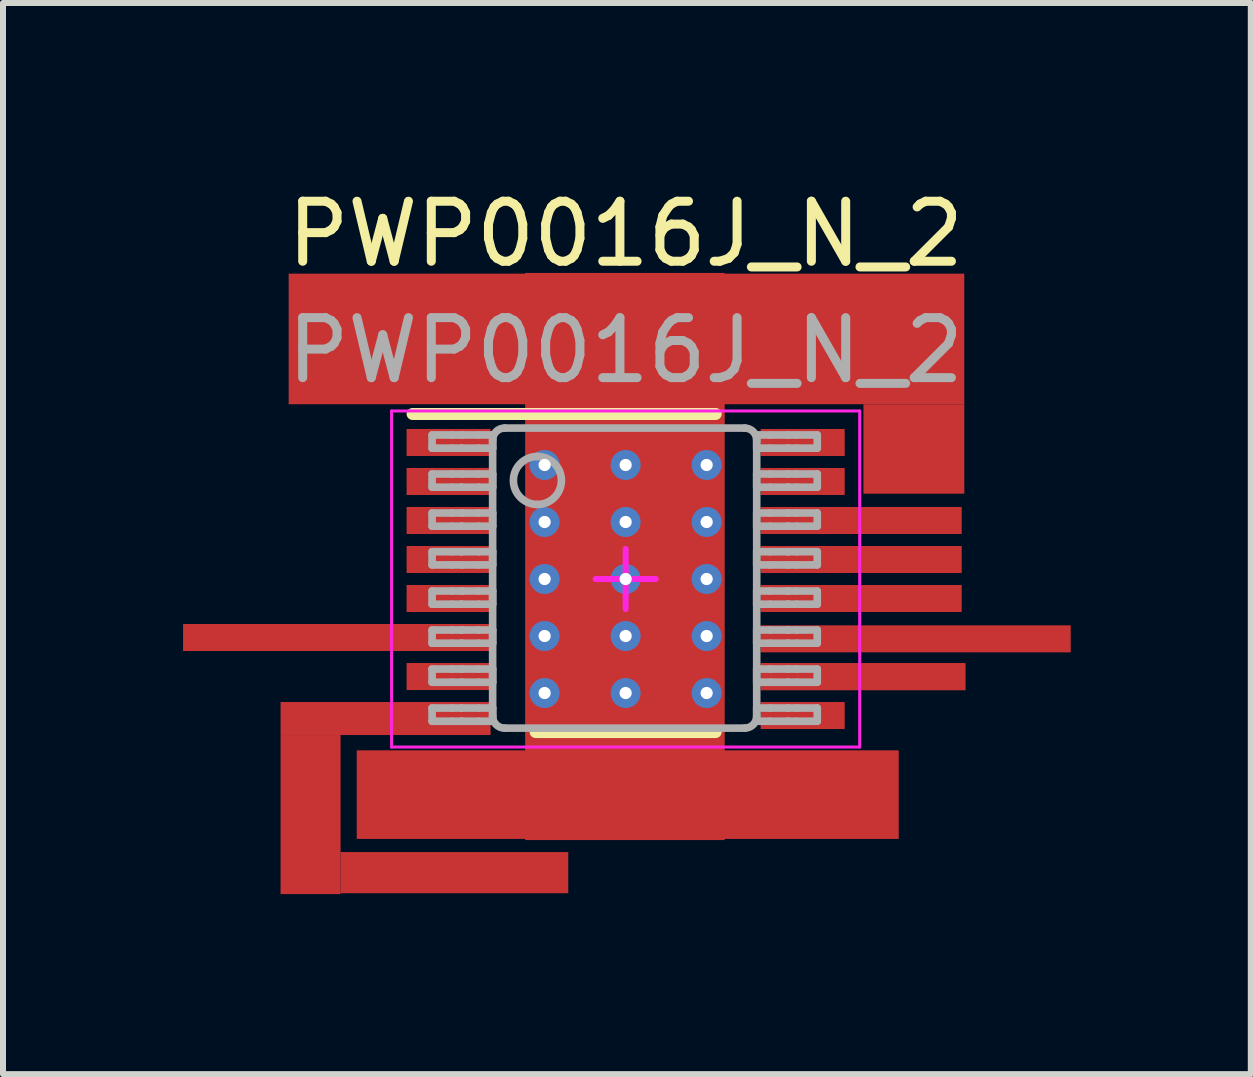
<source format=kicad_pcb>
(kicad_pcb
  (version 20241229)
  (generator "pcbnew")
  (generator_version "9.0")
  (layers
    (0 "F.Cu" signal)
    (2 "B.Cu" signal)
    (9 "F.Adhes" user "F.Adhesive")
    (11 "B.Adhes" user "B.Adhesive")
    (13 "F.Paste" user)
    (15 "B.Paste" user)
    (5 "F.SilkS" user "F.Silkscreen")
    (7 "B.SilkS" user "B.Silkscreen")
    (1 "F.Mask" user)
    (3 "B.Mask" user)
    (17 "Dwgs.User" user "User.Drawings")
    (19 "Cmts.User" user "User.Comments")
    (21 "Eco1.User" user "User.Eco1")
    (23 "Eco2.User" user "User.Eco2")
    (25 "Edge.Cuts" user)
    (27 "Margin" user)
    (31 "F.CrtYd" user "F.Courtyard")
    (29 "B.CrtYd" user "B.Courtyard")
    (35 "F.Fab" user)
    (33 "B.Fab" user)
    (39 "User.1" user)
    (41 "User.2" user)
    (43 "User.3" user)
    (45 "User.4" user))
  (footprint "PWP0016J_N_2"
    (layer "F.Cu")
    (at 7.375 6.598)
    (property "Reference" "PWP0016J_N_2" (at 0 -5.75 0) (unlocked yes) (layer "F.SilkS") (effects (font (size 1 1) (thickness 0.15))))
    (attr smd)
    (fp_poly (pts (xy -1.23 1.726) (xy -1.23 -1.726) (xy -1.229 -1.735) (xy -1.226 -1.745) (xy -1.222 -1.753) (xy -1.216 -1.761) (xy -1.208 -1.767) (xy -1.2 -1.771) (xy -1.19 -1.774) (xy -1.181 -1.775) (xy 1.181 -1.775) (xy 1.19 -1.774) (xy 1.2 -1.771) (xy 1.208 -1.767) (xy 1.216 -1.761) (xy 1.222 -1.753) (xy 1.226 -1.745) (xy 1.229 -1.735) (xy 1.23 -1.726) (xy 1.23 1.726) (xy 1.229 1.735) (xy 1.226 1.745) (xy 1.222 1.753) (xy 1.216 1.761) (xy 1.208 1.767) (xy 1.2 1.771) (xy 1.19 1.774) (xy 1.181 1.775) (xy -1.181 1.775) (xy -1.19 1.774) (xy -1.2 1.771) (xy -1.208 1.767) (xy -1.216 1.761) (xy -1.222 1.753) (xy -1.226 1.745) (xy -1.229 1.735)) (stroke (width 0) (type solid)) (fill yes) (layer "F.Mask"))
    (fp_line (start -3.55 -2.75) (end 1.5 -2.75) (stroke (width 0.2) (type solid)) (layer "F.SilkS"))
    (fp_line (start -1.5 2.55) (end 1.5 2.55) (stroke (width 0.2) (type solid)) (layer "F.SilkS"))
    (fp_poly (pts (xy -1.23 1.726) (xy -1.23 -1.726) (xy -1.229 -1.735) (xy -1.226 -1.745) (xy -1.222 -1.753) (xy -1.216 -1.761) (xy -1.208 -1.767) (xy -1.2 -1.771) (xy -1.19 -1.774) (xy -1.181 -1.775) (xy 1.181 -1.775) (xy 1.19 -1.774) (xy 1.2 -1.771) (xy 1.208 -1.767) (xy 1.216 -1.761) (xy 1.222 -1.753) (xy 1.226 -1.745) (xy 1.229 -1.735) (xy 1.23 -1.726) (xy 1.23 1.726) (xy 1.229 1.735) (xy 1.226 1.745) (xy 1.222 1.753) (xy 1.216 1.761) (xy 1.208 1.767) (xy 1.2 1.771) (xy 1.19 1.774) (xy 1.181 1.775) (xy -1.181 1.775) (xy -1.19 1.774) (xy -1.2 1.771) (xy -1.208 1.767) (xy -1.216 1.761) (xy -1.222 1.753) (xy -1.226 1.745) (xy -1.229 1.735)) (stroke (width 0) (type solid)) (fill yes) (layer "F.Paste"))
    (fp_line (start -3.9 -2.8) (end 3.9 -2.8) (stroke (width 0.05) (type solid)) (layer "F.CrtYd"))
    (fp_line (start -3.9 2.8) (end -3.9 -2.8) (stroke (width 0.05) (type solid)) (layer "F.CrtYd"))
    (fp_line (start -3.9 2.8) (end 3.9 2.8) (stroke (width 0.05) (type solid)) (layer "F.CrtYd"))
    (fp_line (start -0.5 0) (end 0.5 0) (stroke (width 0.1) (type solid)) (layer "F.CrtYd"))
    (fp_line (start -0.000003 0.5) (end -0.000003 -0.5) (stroke (width 0.1) (type solid)) (layer "F.CrtYd"))
    (fp_line (start 3.9 2.8) (end 3.9 -2.8) (stroke (width 0.05) (type solid)) (layer "F.CrtYd"))
    (fp_line (start -3.225 -2.4) (end -2.887 -2.4) (stroke (width 0.127) (type solid)) (layer "F.Fab"))
    (fp_line (start -3.225 -2.18) (end -3.225 -2.4) (stroke (width 0.127) (type solid)) (layer "F.Fab"))
    (fp_line (start -3.225 -2.18) (end -2.887 -2.18) (stroke (width 0.127) (type solid)) (layer "F.Fab"))
    (fp_line (start -3.225 -1.75) (end -2.887 -1.75) (stroke (width 0.127) (type solid)) (layer "F.Fab"))
    (fp_line (start -3.225 -1.53) (end -3.225 -1.75) (stroke (width 0.127) (type solid)) (layer "F.Fab"))
    (fp_line (start -3.225 -1.53) (end -2.887 -1.53) (stroke (width 0.127) (type solid)) (layer "F.Fab"))
    (fp_line (start -3.225 -1.1) (end -2.887 -1.1) (stroke (width 0.127) (type solid)) (layer "F.Fab"))
    (fp_line (start -3.225 -0.88) (end -3.225 -1.1) (stroke (width 0.127) (type solid)) (layer "F.Fab"))
    (fp_line (start -3.225 -0.88) (end -2.887 -0.88) (stroke (width 0.127) (type solid)) (layer "F.Fab"))
    (fp_line (start -3.225 -0.455) (end -2.887 -0.455) (stroke (width 0.127) (type solid)) (layer "F.Fab"))
    (fp_line (start -3.225 -0.235) (end -3.225 -0.455) (stroke (width 0.127) (type solid)) (layer "F.Fab"))
    (fp_line (start -3.225 -0.235) (end -2.887 -0.235) (stroke (width 0.127) (type solid)) (layer "F.Fab"))
    (fp_line (start -3.225 0.2) (end -2.887 0.2) (stroke (width 0.127) (type solid)) (layer "F.Fab"))
    (fp_line (start -3.225 0.42) (end -3.225 0.2) (stroke (width 0.127) (type solid)) (layer "F.Fab"))
    (fp_line (start -3.225 0.42) (end -2.887 0.42) (stroke (width 0.127) (type solid)) (layer "F.Fab"))
    (fp_line (start -3.225 0.85) (end -2.887 0.85) (stroke (width 0.127) (type solid)) (layer "F.Fab"))
    (fp_line (start -3.225 1.07) (end -3.225 0.85) (stroke (width 0.127) (type solid)) (layer "F.Fab"))
    (fp_line (start -3.225 1.07) (end -2.887 1.07) (stroke (width 0.127) (type solid)) (layer "F.Fab"))
    (fp_line (start -3.225 1.5) (end -2.887 1.5) (stroke (width 0.127) (type solid)) (layer "F.Fab"))
    (fp_line (start -3.225 1.72) (end -3.225 1.5) (stroke (width 0.127) (type solid)) (layer "F.Fab"))
    (fp_line (start -3.225 1.72) (end -2.887 1.72) (stroke (width 0.127) (type solid)) (layer "F.Fab"))
    (fp_line (start -3.225 2.15) (end -2.887 2.15) (stroke (width 0.127) (type solid)) (layer "F.Fab"))
    (fp_line (start -3.225 2.37) (end -3.225 2.15) (stroke (width 0.127) (type solid)) (layer "F.Fab"))
    (fp_line (start -3.225 2.37) (end -2.887 2.37) (stroke (width 0.127) (type solid)) (layer "F.Fab"))
    (fp_line (start -2.887 -2.4) (end -2.739 -2.4) (stroke (width 0.127) (type solid)) (layer "F.Fab"))
    (fp_line (start -2.887 -2.18) (end -2.739 -2.18) (stroke (width 0.127) (type solid)) (layer "F.Fab"))
    (fp_line (start -2.887 -1.75) (end -2.739 -1.75) (stroke (width 0.127) (type solid)) (layer "F.Fab"))
    (fp_line (start -2.887 -1.53) (end -2.739 -1.53) (stroke (width 0.127) (type solid)) (layer "F.Fab"))
    (fp_line (start -2.887 -1.1) (end -2.739 -1.1) (stroke (width 0.127) (type solid)) (layer "F.Fab"))
    (fp_line (start -2.887 -0.88) (end -2.739 -0.88) (stroke (width 0.127) (type solid)) (layer "F.Fab"))
    (fp_line (start -2.887 -0.455) (end -2.739 -0.455) (stroke (width 0.127) (type solid)) (layer "F.Fab"))
    (fp_line (start -2.887 -0.235) (end -2.739 -0.235) (stroke (width 0.127) (type solid)) (layer "F.Fab"))
    (fp_line (start -2.887 0.2) (end -2.739 0.2) (stroke (width 0.127) (type solid)) (layer "F.Fab"))
    (fp_line (start -2.887 0.42) (end -2.739 0.42) (stroke (width 0.127) (type solid)) (layer "F.Fab"))
    (fp_line (start -2.887 0.85) (end -2.739 0.85) (stroke (width 0.127) (type solid)) (layer "F.Fab"))
    (fp_line (start -2.887 1.07) (end -2.739 1.07) (stroke (width 0.127) (type solid)) (layer "F.Fab"))
    (fp_line (start -2.887 1.5) (end -2.739 1.5) (stroke (width 0.127) (type solid)) (layer "F.Fab"))
    (fp_line (start -2.887 1.72) (end -2.739 1.72) (stroke (width 0.127) (type solid)) (layer "F.Fab"))
    (fp_line (start -2.887 2.15) (end -2.739 2.15) (stroke (width 0.127) (type solid)) (layer "F.Fab"))
    (fp_line (start -2.887 2.37) (end -2.739 2.37) (stroke (width 0.127) (type solid)) (layer "F.Fab"))
    (fp_line (start -2.739 -2.4) (end -2.73 -2.4) (stroke (width 0.127) (type solid)) (layer "F.Fab"))
    (fp_line (start -2.739 -2.18) (end -2.73 -2.18) (stroke (width 0.127) (type solid)) (layer "F.Fab"))
    (fp_line (start -2.739 -1.75) (end -2.73 -1.75) (stroke (width 0.127) (type solid)) (layer "F.Fab"))
    (fp_line (start -2.739 -1.53) (end -2.73 -1.53) (stroke (width 0.127) (type solid)) (layer "F.Fab"))
    (fp_line (start -2.739 -1.1) (end -2.73 -1.1) (stroke (width 0.127) (type solid)) (layer "F.Fab"))
    (fp_line (start -2.739 -0.88) (end -2.73 -0.88) (stroke (width 0.127) (type solid)) (layer "F.Fab"))
    (fp_line (start -2.739 -0.455) (end -2.73 -0.455) (stroke (width 0.127) (type solid)) (layer "F.Fab"))
    (fp_line (start -2.739 -0.235) (end -2.73 -0.235) (stroke (width 0.127) (type solid)) (layer "F.Fab"))
    (fp_line (start -2.739 0.2) (end -2.73 0.2) (stroke (width 0.127) (type solid)) (layer "F.Fab"))
    (fp_line (start -2.739 0.42) (end -2.73 0.42) (stroke (width 0.127) (type solid)) (layer "F.Fab"))
    (fp_line (start -2.739 0.85) (end -2.73 0.85) (stroke (width 0.127) (type solid)) (layer "F.Fab"))
    (fp_line (start -2.739 1.07) (end -2.73 1.07) (stroke (width 0.127) (type solid)) (layer "F.Fab"))
    (fp_line (start -2.739 1.5) (end -2.73 1.5) (stroke (width 0.127) (type solid)) (layer "F.Fab"))
    (fp_line (start -2.739 1.72) (end -2.73 1.72) (stroke (width 0.127) (type solid)) (layer "F.Fab"))
    (fp_line (start -2.739 2.15) (end -2.73 2.15) (stroke (width 0.127) (type solid)) (layer "F.Fab"))
    (fp_line (start -2.739 2.37) (end -2.73 2.37) (stroke (width 0.127) (type solid)) (layer "F.Fab"))
    (fp_line (start -2.73 -2.4) (end -2.446 -2.4) (stroke (width 0.127) (type solid)) (layer "F.Fab"))
    (fp_line (start -2.73 -2.18) (end -2.446 -2.18) (stroke (width 0.127) (type solid)) (layer "F.Fab"))
    (fp_line (start -2.73 -1.75) (end -2.446 -1.75) (stroke (width 0.127) (type solid)) (layer "F.Fab"))
    (fp_line (start -2.73 -1.53) (end -2.446 -1.53) (stroke (width 0.127) (type solid)) (layer "F.Fab"))
    (fp_line (start -2.73 -1.1) (end -2.446 -1.1) (stroke (width 0.127) (type solid)) (layer "F.Fab"))
    (fp_line (start -2.73 -0.88) (end -2.446 -0.88) (stroke (width 0.127) (type solid)) (layer "F.Fab"))
    (fp_line (start -2.73 -0.455) (end -2.446 -0.455) (stroke (width 0.127) (type solid)) (layer "F.Fab"))
    (fp_line (start -2.73 -0.235) (end -2.446 -0.235) (stroke (width 0.127) (type solid)) (layer "F.Fab"))
    (fp_line (start -2.73 0.2) (end -2.446 0.2) (stroke (width 0.127) (type solid)) (layer "F.Fab"))
    (fp_line (start -2.73 0.42) (end -2.446 0.42) (stroke (width 0.127) (type solid)) (layer "F.Fab"))
    (fp_line (start -2.73 0.85) (end -2.446 0.85) (stroke (width 0.127) (type solid)) (layer "F.Fab"))
    (fp_line (start -2.73 1.07) (end -2.446 1.07) (stroke (width 0.127) (type solid)) (layer "F.Fab"))
    (fp_line (start -2.73 1.5) (end -2.446 1.5) (stroke (width 0.127) (type solid)) (layer "F.Fab"))
    (fp_line (start -2.73 1.72) (end -2.446 1.72) (stroke (width 0.127) (type solid)) (layer "F.Fab"))
    (fp_line (start -2.73 2.15) (end -2.446 2.15) (stroke (width 0.127) (type solid)) (layer "F.Fab"))
    (fp_line (start -2.73 2.37) (end -2.446 2.37) (stroke (width 0.127) (type solid)) (layer "F.Fab"))
    (fp_line (start -2.446 -2.4) (end -2.216 -2.4) (stroke (width 0.127) (type solid)) (layer "F.Fab"))
    (fp_line (start -2.446 -2.18) (end -2.216 -2.18) (stroke (width 0.127) (type solid)) (layer "F.Fab"))
    (fp_line (start -2.446 -1.75) (end -2.216 -1.75) (stroke (width 0.127) (type solid)) (layer "F.Fab"))
    (fp_line (start -2.446 -1.53) (end -2.216 -1.53) (stroke (width 0.127) (type solid)) (layer "F.Fab"))
    (fp_line (start -2.446 -1.1) (end -2.216 -1.1) (stroke (width 0.127) (type solid)) (layer "F.Fab"))
    (fp_line (start -2.446 -0.88) (end -2.216 -0.88) (stroke (width 0.127) (type solid)) (layer "F.Fab"))
    (fp_line (start -2.446 -0.455) (end -2.216 -0.455) (stroke (width 0.127) (type solid)) (layer "F.Fab"))
    (fp_line (start -2.446 -0.235) (end -2.216 -0.235) (stroke (width 0.127) (type solid)) (layer "F.Fab"))
    (fp_line (start -2.446 0.2) (end -2.216 0.2) (stroke (width 0.127) (type solid)) (layer "F.Fab"))
    (fp_line (start -2.446 0.42) (end -2.216 0.42) (stroke (width 0.127) (type solid)) (layer "F.Fab"))
    (fp_line (start -2.446 0.85) (end -2.216 0.85) (stroke (width 0.127) (type solid)) (layer "F.Fab"))
    (fp_line (start -2.446 1.07) (end -2.216 1.07) (stroke (width 0.127) (type solid)) (layer "F.Fab"))
    (fp_line (start -2.446 1.5) (end -2.216 1.5) (stroke (width 0.127) (type solid)) (layer "F.Fab"))
    (fp_line (start -2.446 1.72) (end -2.216 1.72) (stroke (width 0.127) (type solid)) (layer "F.Fab"))
    (fp_line (start -2.446 2.15) (end -2.216 2.15) (stroke (width 0.127) (type solid)) (layer "F.Fab"))
    (fp_line (start -2.446 2.37) (end -2.216 2.37) (stroke (width 0.127) (type solid)) (layer "F.Fab"))
    (fp_line (start -2.216 -2.18) (end -2.216 -2.4) (stroke (width 0.127) (type solid)) (layer "F.Fab"))
    (fp_line (start -2.216 -1.53) (end -2.216 -1.75) (stroke (width 0.127) (type solid)) (layer "F.Fab"))
    (fp_line (start -2.216 -0.88) (end -2.216 -1.1) (stroke (width 0.127) (type solid)) (layer "F.Fab"))
    (fp_line (start -2.216 -0.235) (end -2.216 -0.455) (stroke (width 0.127) (type solid)) (layer "F.Fab"))
    (fp_line (start -2.216 0.42) (end -2.216 0.2) (stroke (width 0.127) (type solid)) (layer "F.Fab"))
    (fp_line (start -2.216 1.07) (end -2.216 0.85) (stroke (width 0.127) (type solid)) (layer "F.Fab"))
    (fp_line (start -2.216 1.72) (end -2.216 1.5) (stroke (width 0.127) (type solid)) (layer "F.Fab"))
    (fp_line (start -2.216 2.285) (end -2.216 -2.315) (stroke (width 0.127) (type solid)) (layer "F.Fab"))
    (fp_line (start -2.216 2.37) (end -2.216 2.15) (stroke (width 0.127) (type solid)) (layer "F.Fab"))
    (fp_line (start -2.016 -2.515) (end 1.984 -2.515) (stroke (width 0.127) (type solid)) (layer "F.Fab"))
    (fp_line (start -2.016 2.485) (end 1.984 2.485) (stroke (width 0.127) (type solid)) (layer "F.Fab"))
    (fp_line (start 2.184 -2.4) (end 2.413 -2.4) (stroke (width 0.127) (type solid)) (layer "F.Fab"))
    (fp_line (start 2.184 -2.18) (end 2.184 -2.4) (stroke (width 0.127) (type solid)) (layer "F.Fab"))
    (fp_line (start 2.184 -2.18) (end 2.413 -2.18) (stroke (width 0.127) (type solid)) (layer "F.Fab"))
    (fp_line (start 2.184 -1.75) (end 2.413 -1.75) (stroke (width 0.127) (type solid)) (layer "F.Fab"))
    (fp_line (start 2.184 -1.53) (end 2.184 -1.75) (stroke (width 0.127) (type solid)) (layer "F.Fab"))
    (fp_line (start 2.184 -1.53) (end 2.413 -1.53) (stroke (width 0.127) (type solid)) (layer "F.Fab"))
    (fp_line (start 2.184 -1.1) (end 2.413 -1.1) (stroke (width 0.127) (type solid)) (layer "F.Fab"))
    (fp_line (start 2.184 -0.88) (end 2.184 -1.1) (stroke (width 0.127) (type solid)) (layer "F.Fab"))
    (fp_line (start 2.184 -0.88) (end 2.413 -0.88) (stroke (width 0.127) (type solid)) (layer "F.Fab"))
    (fp_line (start 2.184 -0.455) (end 2.413 -0.455) (stroke (width 0.127) (type solid)) (layer "F.Fab"))
    (fp_line (start 2.184 -0.235) (end 2.184 -0.455) (stroke (width 0.127) (type solid)) (layer "F.Fab"))
    (fp_line (start 2.184 -0.235) (end 2.413 -0.235) (stroke (width 0.127) (type solid)) (layer "F.Fab"))
    (fp_line (start 2.184 0.2) (end 2.413 0.2) (stroke (width 0.127) (type solid)) (layer "F.Fab"))
    (fp_line (start 2.184 0.42) (end 2.184 0.2) (stroke (width 0.127) (type solid)) (layer "F.Fab"))
    (fp_line (start 2.184 0.42) (end 2.413 0.42) (stroke (width 0.127) (type solid)) (layer "F.Fab"))
    (fp_line (start 2.184 0.85) (end 2.413 0.85) (stroke (width 0.127) (type solid)) (layer "F.Fab"))
    (fp_line (start 2.184 1.07) (end 2.184 0.85) (stroke (width 0.127) (type solid)) (layer "F.Fab"))
    (fp_line (start 2.184 1.07) (end 2.413 1.07) (stroke (width 0.127) (type solid)) (layer "F.Fab"))
    (fp_line (start 2.184 1.5) (end 2.413 1.5) (stroke (width 0.127) (type solid)) (layer "F.Fab"))
    (fp_line (start 2.184 1.72) (end 2.184 1.5) (stroke (width 0.127) (type solid)) (layer "F.Fab"))
    (fp_line (start 2.184 1.72) (end 2.413 1.72) (stroke (width 0.127) (type solid)) (layer "F.Fab"))
    (fp_line (start 2.184 2.15) (end 2.413 2.15) (stroke (width 0.127) (type solid)) (layer "F.Fab"))
    (fp_line (start 2.184 2.285) (end 2.184 -2.315) (stroke (width 0.127) (type solid)) (layer "F.Fab"))
    (fp_line (start 2.184 2.37) (end 2.184 2.15) (stroke (width 0.127) (type solid)) (layer "F.Fab"))
    (fp_line (start 2.184 2.37) (end 2.413 2.37) (stroke (width 0.127) (type solid)) (layer "F.Fab"))
    (fp_line (start 2.413 -2.4) (end 2.698 -2.4) (stroke (width 0.127) (type solid)) (layer "F.Fab"))
    (fp_line (start 2.413 -2.18) (end 2.698 -2.18) (stroke (width 0.127) (type solid)) (layer "F.Fab"))
    (fp_line (start 2.413 -1.75) (end 2.698 -1.75) (stroke (width 0.127) (type solid)) (layer "F.Fab"))
    (fp_line (start 2.413 -1.53) (end 2.698 -1.53) (stroke (width 0.127) (type solid)) (layer "F.Fab"))
    (fp_line (start 2.413 -1.1) (end 2.698 -1.1) (stroke (width 0.127) (type solid)) (layer "F.Fab"))
    (fp_line (start 2.413 -0.88) (end 2.698 -0.88) (stroke (width 0.127) (type solid)) (layer "F.Fab"))
    (fp_line (start 2.413 -0.455) (end 2.698 -0.455) (stroke (width 0.127) (type solid)) (layer "F.Fab"))
    (fp_line (start 2.413 -0.235) (end 2.698 -0.235) (stroke (width 0.127) (type solid)) (layer "F.Fab"))
    (fp_line (start 2.413 0.2) (end 2.698 0.2) (stroke (width 0.127) (type solid)) (layer "F.Fab"))
    (fp_line (start 2.413 0.42) (end 2.698 0.42) (stroke (width 0.127) (type solid)) (layer "F.Fab"))
    (fp_line (start 2.413 0.85) (end 2.698 0.85) (stroke (width 0.127) (type solid)) (layer "F.Fab"))
    (fp_line (start 2.413 1.07) (end 2.698 1.07) (stroke (width 0.127) (type solid)) (layer "F.Fab"))
    (fp_line (start 2.413 1.5) (end 2.698 1.5) (stroke (width 0.127) (type solid)) (layer "F.Fab"))
    (fp_line (start 2.413 1.72) (end 2.698 1.72) (stroke (width 0.127) (type solid)) (layer "F.Fab"))
    (fp_line (start 2.413 2.15) (end 2.698 2.15) (stroke (width 0.127) (type solid)) (layer "F.Fab"))
    (fp_line (start 2.413 2.37) (end 2.698 2.37) (stroke (width 0.127) (type solid)) (layer "F.Fab"))
    (fp_line (start 2.698 -2.4) (end 2.707 -2.4) (stroke (width 0.127) (type solid)) (layer "F.Fab"))
    (fp_line (start 2.698 -2.18) (end 2.707 -2.18) (stroke (width 0.127) (type solid)) (layer "F.Fab"))
    (fp_line (start 2.698 -1.75) (end 2.707 -1.75) (stroke (width 0.127) (type solid)) (layer "F.Fab"))
    (fp_line (start 2.698 -1.53) (end 2.707 -1.53) (stroke (width 0.127) (type solid)) (layer "F.Fab"))
    (fp_line (start 2.698 -1.1) (end 2.707 -1.1) (stroke (width 0.127) (type solid)) (layer "F.Fab"))
    (fp_line (start 2.698 -0.88) (end 2.707 -0.88) (stroke (width 0.127) (type solid)) (layer "F.Fab"))
    (fp_line (start 2.698 -0.455) (end 2.707 -0.455) (stroke (width 0.127) (type solid)) (layer "F.Fab"))
    (fp_line (start 2.698 -0.235) (end 2.707 -0.235) (stroke (width 0.127) (type solid)) (layer "F.Fab"))
    (fp_line (start 2.698 0.2) (end 2.707 0.2) (stroke (width 0.127) (type solid)) (layer "F.Fab"))
    (fp_line (start 2.698 0.42) (end 2.707 0.42) (stroke (width 0.127) (type solid)) (layer "F.Fab"))
    (fp_line (start 2.698 0.85) (end 2.707 0.85) (stroke (width 0.127) (type solid)) (layer "F.Fab"))
    (fp_line (start 2.698 1.07) (end 2.707 1.07) (stroke (width 0.127) (type solid)) (layer "F.Fab"))
    (fp_line (start 2.698 1.5) (end 2.707 1.5) (stroke (width 0.127) (type solid)) (layer "F.Fab"))
    (fp_line (start 2.698 1.72) (end 2.707 1.72) (stroke (width 0.127) (type solid)) (layer "F.Fab"))
    (fp_line (start 2.698 2.15) (end 2.707 2.15) (stroke (width 0.127) (type solid)) (layer "F.Fab"))
    (fp_line (start 2.698 2.37) (end 2.707 2.37) (stroke (width 0.127) (type solid)) (layer "F.Fab"))
    (fp_line (start 2.707 -2.4) (end 2.854 -2.4) (stroke (width 0.127) (type solid)) (layer "F.Fab"))
    (fp_line (start 2.707 -2.18) (end 2.854 -2.18) (stroke (width 0.127) (type solid)) (layer "F.Fab"))
    (fp_line (start 2.707 -1.75) (end 2.854 -1.75) (stroke (width 0.127) (type solid)) (layer "F.Fab"))
    (fp_line (start 2.707 -1.53) (end 2.854 -1.53) (stroke (width 0.127) (type solid)) (layer "F.Fab"))
    (fp_line (start 2.707 -1.1) (end 2.854 -1.1) (stroke (width 0.127) (type solid)) (layer "F.Fab"))
    (fp_line (start 2.707 -0.88) (end 2.854 -0.88) (stroke (width 0.127) (type solid)) (layer "F.Fab"))
    (fp_line (start 2.707 -0.455) (end 2.854 -0.455) (stroke (width 0.127) (type solid)) (layer "F.Fab"))
    (fp_line (start 2.707 -0.235) (end 2.854 -0.235) (stroke (width 0.127) (type solid)) (layer "F.Fab"))
    (fp_line (start 2.707 0.2) (end 2.854 0.2) (stroke (width 0.127) (type solid)) (layer "F.Fab"))
    (fp_line (start 2.707 0.42) (end 2.854 0.42) (stroke (width 0.127) (type solid)) (layer "F.Fab"))
    (fp_line (start 2.707 0.85) (end 2.854 0.85) (stroke (width 0.127) (type solid)) (layer "F.Fab"))
    (fp_line (start 2.707 1.07) (end 2.854 1.07) (stroke (width 0.127) (type solid)) (layer "F.Fab"))
    (fp_line (start 2.707 1.5) (end 2.854 1.5) (stroke (width 0.127) (type solid)) (layer "F.Fab"))
    (fp_line (start 2.707 1.72) (end 2.854 1.72) (stroke (width 0.127) (type solid)) (layer "F.Fab"))
    (fp_line (start 2.707 2.15) (end 2.854 2.15) (stroke (width 0.127) (type solid)) (layer "F.Fab"))
    (fp_line (start 2.707 2.37) (end 2.854 2.37) (stroke (width 0.127) (type solid)) (layer "F.Fab"))
    (fp_line (start 2.854 -2.4) (end 3.193 -2.4) (stroke (width 0.127) (type solid)) (layer "F.Fab"))
    (fp_line (start 2.854 -2.18) (end 3.193 -2.18) (stroke (width 0.127) (type solid)) (layer "F.Fab"))
    (fp_line (start 2.854 -1.75) (end 3.193 -1.75) (stroke (width 0.127) (type solid)) (layer "F.Fab"))
    (fp_line (start 2.854 -1.53) (end 3.193 -1.53) (stroke (width 0.127) (type solid)) (layer "F.Fab"))
    (fp_line (start 2.854 -1.1) (end 3.193 -1.1) (stroke (width 0.127) (type solid)) (layer "F.Fab"))
    (fp_line (start 2.854 -0.88) (end 3.193 -0.88) (stroke (width 0.127) (type solid)) (layer "F.Fab"))
    (fp_line (start 2.854 -0.455) (end 3.193 -0.455) (stroke (width 0.127) (type solid)) (layer "F.Fab"))
    (fp_line (start 2.854 -0.235) (end 3.193 -0.235) (stroke (width 0.127) (type solid)) (layer "F.Fab"))
    (fp_line (start 2.854 0.2) (end 3.193 0.2) (stroke (width 0.127) (type solid)) (layer "F.Fab"))
    (fp_line (start 2.854 0.42) (end 3.193 0.42) (stroke (width 0.127) (type solid)) (layer "F.Fab"))
    (fp_line (start 2.854 0.85) (end 3.193 0.85) (stroke (width 0.127) (type solid)) (layer "F.Fab"))
    (fp_line (start 2.854 1.07) (end 3.193 1.07) (stroke (width 0.127) (type solid)) (layer "F.Fab"))
    (fp_line (start 2.854 1.5) (end 3.193 1.5) (stroke (width 0.127) (type solid)) (layer "F.Fab"))
    (fp_line (start 2.854 1.72) (end 3.193 1.72) (stroke (width 0.127) (type solid)) (layer "F.Fab"))
    (fp_line (start 2.854 2.15) (end 3.193 2.15) (stroke (width 0.127) (type solid)) (layer "F.Fab"))
    (fp_line (start 2.854 2.37) (end 3.193 2.37) (stroke (width 0.127) (type solid)) (layer "F.Fab"))
    (fp_line (start 3.193 -2.18) (end 3.193 -2.4) (stroke (width 0.127) (type solid)) (layer "F.Fab"))
    (fp_line (start 3.193 -1.53) (end 3.193 -1.75) (stroke (width 0.127) (type solid)) (layer "F.Fab"))
    (fp_line (start 3.193 -0.88) (end 3.193 -1.1) (stroke (width 0.127) (type solid)) (layer "F.Fab"))
    (fp_line (start 3.193 -0.235) (end 3.193 -0.455) (stroke (width 0.127) (type solid)) (layer "F.Fab"))
    (fp_line (start 3.193 0.42) (end 3.193 0.2) (stroke (width 0.127) (type solid)) (layer "F.Fab"))
    (fp_line (start 3.193 1.07) (end 3.193 0.85) (stroke (width 0.127) (type solid)) (layer "F.Fab"))
    (fp_line (start 3.193 1.72) (end 3.193 1.5) (stroke (width 0.127) (type solid)) (layer "F.Fab"))
    (fp_line (start 3.193 2.37) (end 3.193 2.15) (stroke (width 0.127) (type solid)) (layer "F.Fab"))
    (fp_arc (start -2.216137 -2.314986) (mid -2.157559 -2.456407) (end -2.016138 -2.514986) (stroke (width 0.127) (type solid)) (layer "F.Fab"))
    (fp_arc (start -2.016137 2.485004) (mid -2.157559 2.426426) (end -2.216137 2.285004) (stroke (width 0.127) (type solid)) (layer "F.Fab"))
    (fp_arc (start -1.470139 -2.041987) (mid -1.07014 -1.641988) (end -1.470139 -1.241989) (stroke (width 0.127) (type solid)) (layer "F.Fab"))
    (fp_arc (start -1.470139 -1.241989) (mid -1.870139 -1.641988) (end -1.470139 -2.041987) (stroke (width 0.127) (type solid)) (layer "F.Fab"))
    (fp_arc (start 1.983854 -2.514986) (mid 2.125275 -2.456408) (end 2.183854 -2.314986) (stroke (width 0.127) (type solid)) (layer "F.Fab"))
    (fp_arc (start 2.183854 2.285004) (mid 2.125275 2.426425) (end 1.983854 2.485004) (stroke (width 0.127) (type solid)) (layer "F.Fab"))
    (fp_text user "${REFERENCE}" (at 0 -3.81 0) (unlocked yes) (layer "F.Fab") (effects (font (size 1 1) (thickness 0.15))))
    (pad "1" smd rect (at -2.95 -2.275 90) (size 0.45 1.4) (layers "F.Cu" "F.Mask" "F.Paste"))
    (pad "2" smd rect (at -2.95 -1.625 90) (size 0.45 1.4) (layers "F.Cu" "F.Mask" "F.Paste"))
    (pad "3" smd rect (at -2.95 -0.975 90) (size 0.45 1.4) (layers "F.Cu" "F.Mask" "F.Paste"))
    (pad "4" smd rect (at -2.95 -0.325 90) (size 0.45 1.4) (layers "F.Cu" "F.Mask" "F.Paste"))
    (pad "5" smd rect (at -2.95 0.325 90) (size 0.45 1.4) (layers "F.Cu" "F.Mask" "F.Paste"))
    (pad "6" smd rect (at -4.812 0.975 90) (size 0.45 5.125) (layers "F.Cu" "F.Mask" "F.Paste"))
    (pad "7" smd rect (at -2.95 1.625 90) (size 0.45 1.4) (layers "F.Cu" "F.Mask" "F.Paste"))
    (pad "8" smd rect (at -5.25 3.925 90) (size 2.65 1) (layers "F.Cu" "F.Mask" "F.Paste"))
    (pad "8" smd rect (at -4 2.325 90) (size 0.55 3.5) (layers "F.Cu" "F.Mask" "F.Paste"))
    (pad "8" smd rect (at -2.853 4.893 90) (size 0.686 3.794) (layers "F.Cu" "F.Mask" "F.Paste"))
    (pad "9" smd rect (at 2.95 2.275 90) (size 0.45 1.4) (layers "F.Cu" "F.Mask" "F.Paste"))
    (pad "10" smd rect (at 3.957 1.627 90) (size 0.454 3.414) (layers "F.Cu" "F.Mask" "F.Paste"))
    (pad "11" smd rect (at 4.833 0.997 90) (size 0.45 5.167) (layers "F.Cu" "F.Mask" "F.Paste"))
    (pad "12" smd rect (at 3.925 0.325 90) (size 0.45 3.35) (layers "F.Cu" "F.Mask" "F.Paste"))
    (pad "13" smd rect (at 3.925 -0.325 90) (size 0.45 3.35) (layers "F.Cu" "F.Mask" "F.Paste"))
    (pad "14" smd rect (at 3.925 -0.975 90) (size 0.45 3.35) (layers "F.Cu" "F.Mask" "F.Paste"))
    (pad "15" smd rect (at 2.95 -1.625 90) (size 0.45 1.4) (layers "F.Cu" "F.Mask" "F.Paste"))
    (pad "16" smd rect (at 2.95 -2.275 90) (size 0.45 1.4) (layers "F.Cu" "F.Mask" "F.Paste"))
    (pad "17" thru_hole circle (at -1.35 -1.9) (size 0.5 0.5) (drill 0.203) (layers "*.Cu" "*.Mask"))
    (pad "17" thru_hole circle (at -1.35 -0.95) (size 0.5 0.5) (drill 0.203) (layers "*.Cu" "*.Mask"))
    (pad "17" thru_hole circle (at -1.35 0) (size 0.5 0.5) (drill 0.203) (layers "*.Cu" "*.Mask"))
    (pad "17" thru_hole circle (at -1.35 0.95) (size 0.5 0.5) (drill 0.203) (layers "*.Cu" "*.Mask"))
    (pad "17" thru_hole circle (at -1.35 1.9) (size 0.5 0.5) (drill 0.203) (layers "*.Cu" "*.Mask"))
    (pad "17" smd rect (at -0.012 -0.375) (size 3.325 9.45) (layers "F.Cu" "F.Mask" "F.Paste"))
    (pad "17" thru_hole circle (at 0 -1.9) (size 0.5 0.5) (drill 0.203) (layers "*.Cu" "*.Mask"))
    (pad "17" thru_hole circle (at 0 -0.95) (size 0.5 0.5) (drill 0.203) (layers "*.Cu" "*.Mask"))
    (pad "17" thru_hole circle (at 0 0) (size 0.5 0.5) (drill 0.203) (layers "*.Cu" "*.Mask"))
    (pad "17" thru_hole circle (at 0 0.95) (size 0.5 0.5) (drill 0.203) (layers "*.Cu" "*.Mask"))
    (pad "17" thru_hole circle (at 0 1.9) (size 0.5 0.5) (drill 0.203) (layers "*.Cu" "*.Mask"))
    (pad "17" smd rect (at 0.014 -4) (size 11.258 2.176) (layers "F.Cu" "F.Mask" "F.Paste"))
    (pad "17" smd rect (at 0.035 3.593) (size 9.031 1.476) (layers "F.Cu" "F.Mask" "F.Paste"))
    (pad "17" thru_hole circle (at 1.35 -1.9) (size 0.5 0.5) (drill 0.203) (layers "*.Cu" "*.Mask"))
    (pad "17" thru_hole circle (at 1.35 -0.95) (size 0.5 0.5) (drill 0.203) (layers "*.Cu" "*.Mask"))
    (pad "17" thru_hole circle (at 1.35 0) (size 0.5 0.5) (drill 0.203) (layers "*.Cu" "*.Mask"))
    (pad "17" thru_hole circle (at 1.35 0.95) (size 0.5 0.5) (drill 0.203) (layers "*.Cu" "*.Mask"))
    (pad "17" thru_hole circle (at 1.35 1.9) (size 0.5 0.5) (drill 0.203) (layers "*.Cu" "*.Mask"))
    (pad "17" smd rect (at 4.803 -2.167) (size 1.681 1.49) (layers "F.Cu" "F.Mask" "F.Paste")))
  (gr_rect
    (start -3 -3)
    (end 17.792 14.848)
    (stroke (width 0.1) (type default))
    (fill no)
    (layer "Edge.Cuts")))
</source>
